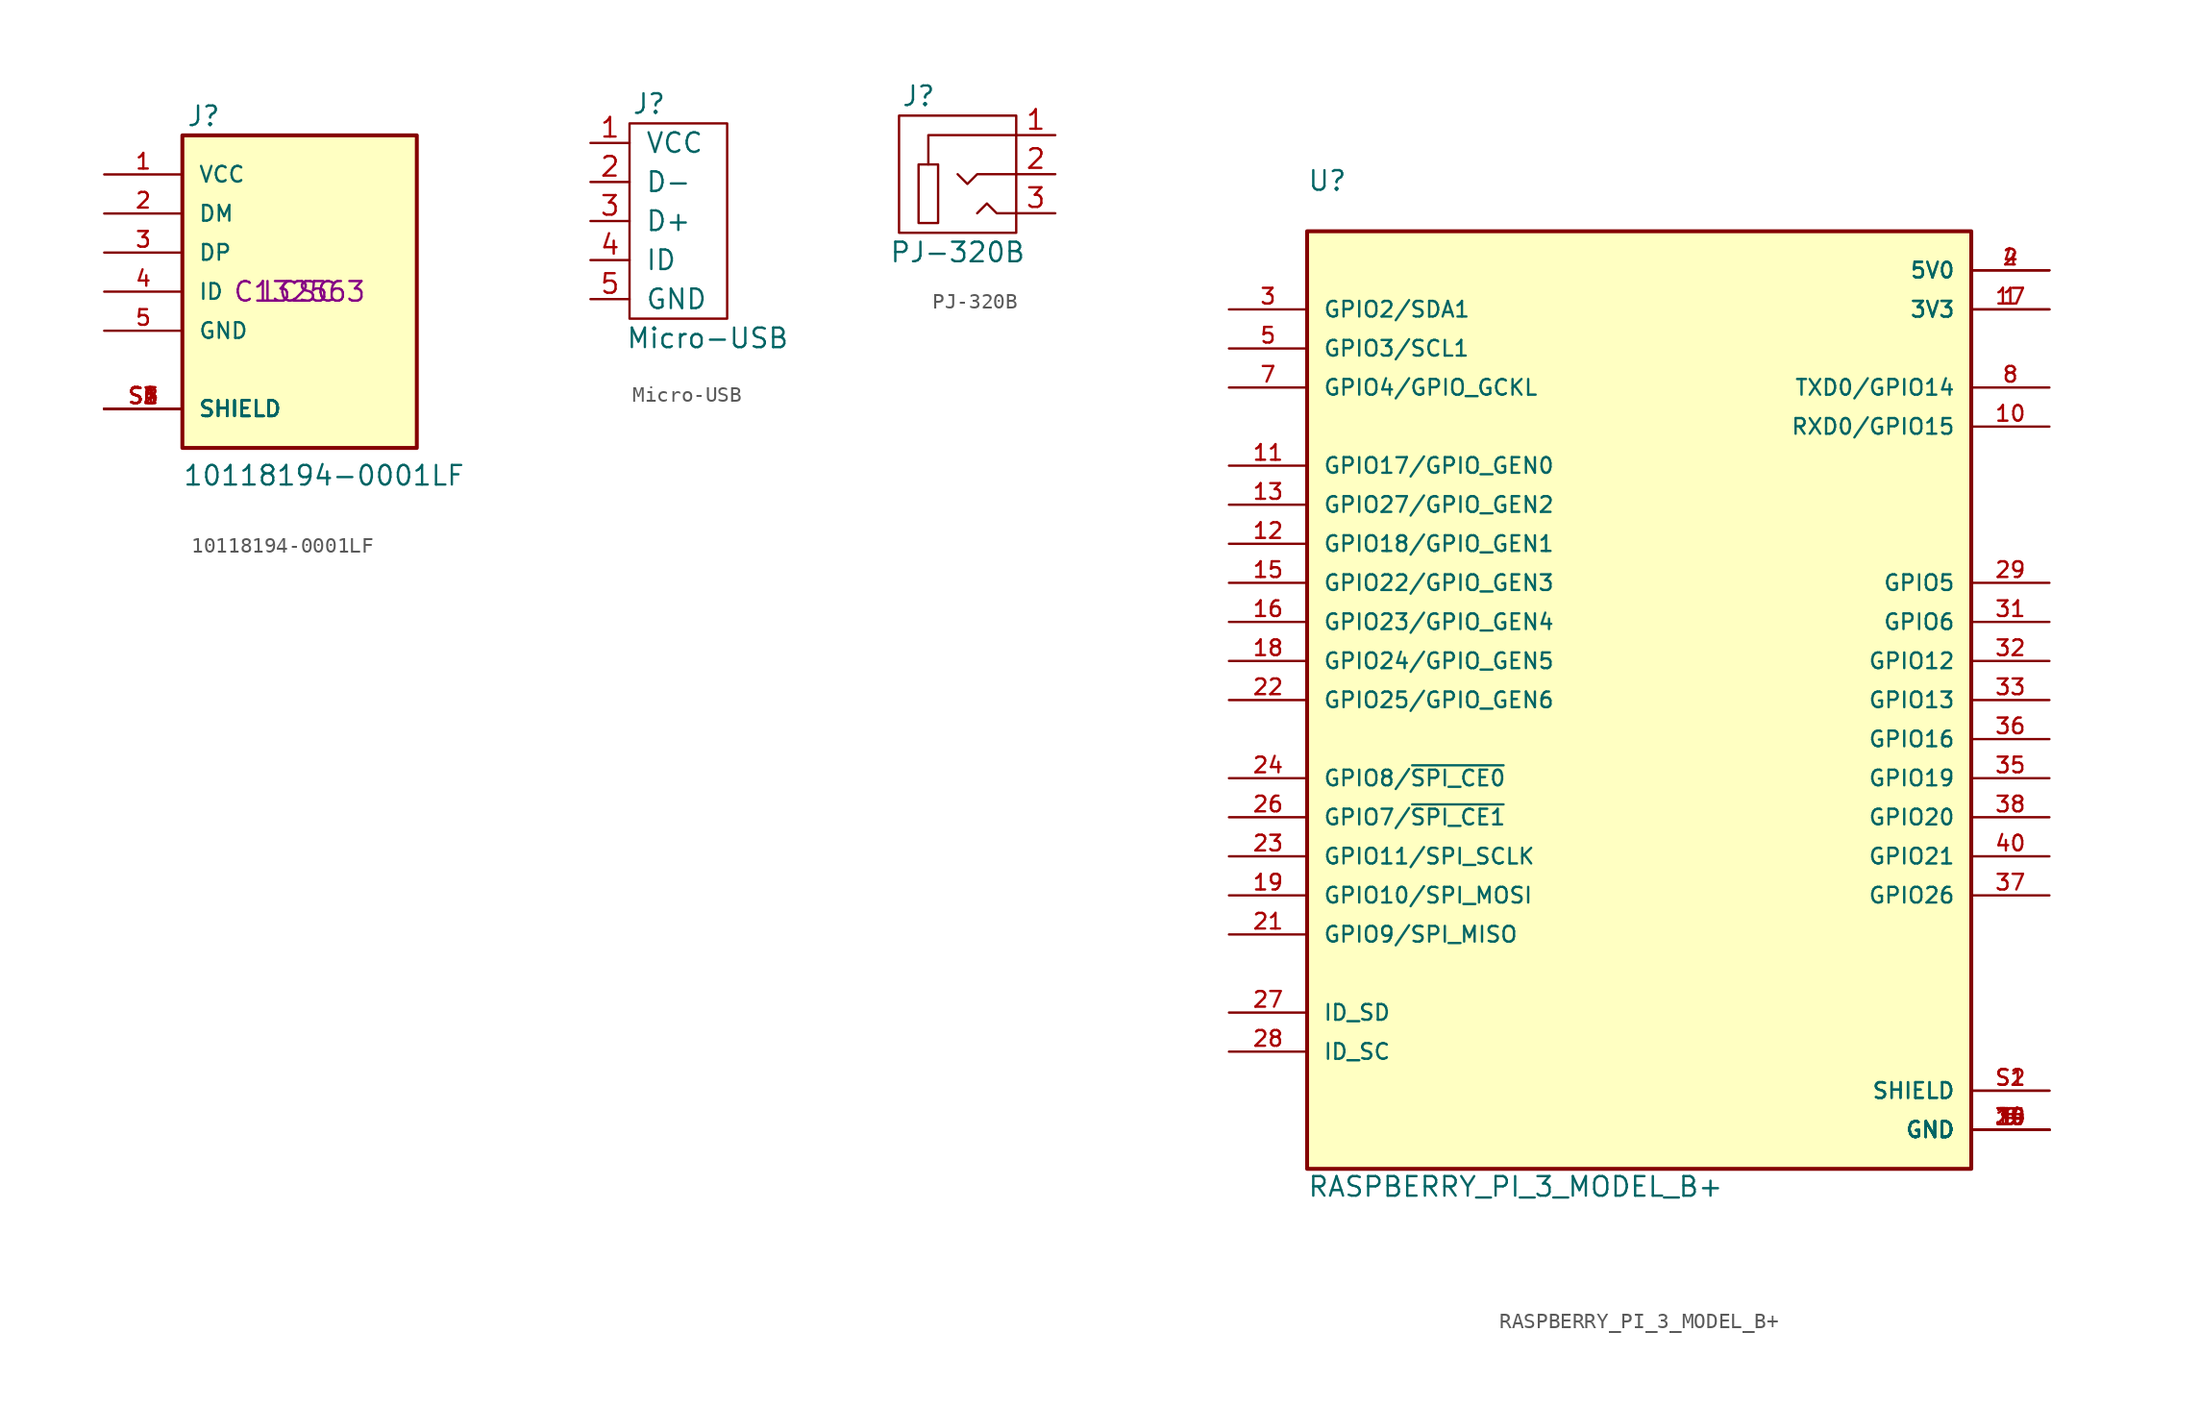
<source format=kicad_sym>
(kicad_symbol_lib
  (version 20211014)
  (generator kicad_symbol_editor)
  (symbol "10118194-0001LF"
    (pin_names
      (offset 1.016))
    (property "Reference" "J"
      (at -7.366 10.668 0)
      (effects (font (size 1.27 1.27)) (justify left bottom)))
    (property "Value" "10118194-0001LF"
      (at -7.62 -12.7 0)
      (effects (font (size 1.27 1.27)) (justify left bottom)))
    (property "Vendor" "LCSC"
      (at 0 0 0)
      (effects (font (size 1.27 1.27))))
    (property "Vendor#" "C132563"
      (at 0 0 0)
      (effects (font (size 1.27 1.27))))
    (symbol "10118194-0001LF_0_0"
      (rectangle (start -7.62 -10.16) (end 7.62 10.16) (stroke (width 0.254) (type default) (color 0 0 0 0)) (fill (type background)))
      (pin passive line (at -12.7 7.62 0) (length 5.08) (name "VCC" (effects (font (size 1.016 1.016)))) (number "1" (effects (font (size 1.016 1.016)))))
      (pin passive line (at -12.7 5.08 0) (length 5.08) (name "DM" (effects (font (size 1.016 1.016)))) (number "2" (effects (font (size 1.016 1.016)))))
      (pin passive line (at -12.7 2.54 0) (length 5.08) (name "DP" (effects (font (size 1.016 1.016)))) (number "3" (effects (font (size 1.016 1.016)))))
      (pin passive line (at -12.7 0 0) (length 5.08) (name "ID" (effects (font (size 1.016 1.016)))) (number "4" (effects (font (size 1.016 1.016)))))
      (pin passive line (at -12.7 -2.54 0) (length 5.08) (name "GND" (effects (font (size 1.016 1.016)))) (number "5" (effects (font (size 1.016 1.016)))))
      (pin passive line (at -12.7 -7.62 0) (length 5.08) (name "SHIELD" (effects (font (size 1.016 1.016)))) (number "S1" (effects (font (size 1.016 1.016)))))
      (pin passive line (at -12.7 -7.62 0) (length 5.08) (name "SHIELD" (effects (font (size 1.016 1.016)))) (number "S2" (effects (font (size 1.016 1.016)))))
      (pin passive line (at -12.7 -7.62 0) (length 5.08) (name "SHIELD" (effects (font (size 1.016 1.016)))) (number "S3" (effects (font (size 1.016 1.016)))))
      (pin passive line (at -12.7 -7.62 0) (length 5.08) (name "SHIELD" (effects (font (size 1.016 1.016)))) (number "S4" (effects (font (size 1.016 1.016)))))
      (pin passive line (at -12.7 -7.62 0) (length 5.08) (name "SHIELD" (effects (font (size 1.016 1.016)))) (number "S5" (effects (font (size 1.016 1.016)))))
      (pin passive line (at -12.7 -7.62 0) (length 5.08) (name "SHIELD" (effects (font (size 1.016 1.016)))) (number "S6" (effects (font (size 1.016 1.016)))))))
  (symbol "Micro-USB"
    (pin_names
      (offset 1.016))
    (property "Reference" "J"
      (at 0 6.35 0)
      (effects (font (size 1.27 1.27))))
    (property "Value" "Micro-USB"
      (at 3.81 -8.89 0)
      (effects (font (size 1.27 1.27))))
    (symbol "Micro-USB_0_1"
      (rectangle (start -1.27 5.08) (end 5.08 -7.62) (stroke (width 0) (type default) (color 0 0 0 0)) (fill (type none))))
    (symbol "Micro-USB_1_1"
      (pin passive line (at -3.81 3.81 0) (length 2.54) (name "VCC" (effects (font (size 1.27 1.27)))) (number "1" (effects (font (size 1.27 1.27)))))
      (pin passive line (at -3.81 1.27 0) (length 2.54) (name "D-" (effects (font (size 1.27 1.27)))) (number "2" (effects (font (size 1.27 1.27)))))
      (pin passive line (at -3.81 -1.27 0) (length 2.54) (name "D+" (effects (font (size 1.27 1.27)))) (number "3" (effects (font (size 1.27 1.27)))))
      (pin passive line (at -3.81 -3.81 0) (length 2.54) (name "ID" (effects (font (size 1.27 1.27)))) (number "4" (effects (font (size 1.27 1.27)))))
      (pin passive line (at -3.81 -6.35 0) (length 2.54) (name "GND" (effects (font (size 1.27 1.27)))) (number "5" (effects (font (size 1.27 1.27)))))))
  (symbol "PJ-320B"
    (pin_names
      (offset 1.016) hide)
    (property "Reference" "J"
      (at -3.81 5.08 0)
      (effects (font (size 1.27 1.27))))
    (property "Value" "PJ-320B"
      (at -1.27 -5.08 0)
      (effects (font (size 1.27 1.27))))
    (symbol "PJ-320B_0_1"
      (polyline (pts (xy -3.175 0.635) (xy -3.175 2.54) (xy 2.54 2.54)) (stroke (width 0) (type default) (color 0 0 0 0)) (fill (type none)))
      (polyline (pts (xy 2.54 -2.54) (xy 1.27 -2.54) (xy 0.635 -1.905) (xy 0 -2.54)) (stroke (width 0) (type default) (color 0 0 0 0)) (fill (type none)))
      (polyline (pts (xy 2.54 0) (xy 0 0) (xy -0.635 -0.635) (xy -1.27 0)) (stroke (width 0) (type default) (color 0 0 0 0)) (fill (type none)))
      (polyline (pts (xy -2.54 0.635) (xy -3.175 0.635) (xy -3.81 0.635) (xy -3.81 -3.175) (xy -2.54 -3.175) (xy -2.54 0.635)) (stroke (width 0) (type default) (color 0 0 0 0)) (fill (type none)))
      (rectangle (start 2.54 3.81) (end -5.08 -3.81) (stroke (width 0) (type default) (color 0 0 0 0)) (fill (type none))))
    (symbol "PJ-320B_1_1"
      (pin passive line (at 5.08 2.54 180) (length 2.54) (name "1" (effects (font (size 1.27 1.27)))) (number "1" (effects (font (size 1.27 1.27)))))
      (pin passive line (at 5.08 0 180) (length 2.54) (name "2" (effects (font (size 1.27 1.27)))) (number "2" (effects (font (size 1.27 1.27)))))
      (pin passive line (at 5.08 -2.54 180) (length 2.54) (name "3" (effects (font (size 1.27 1.27)))) (number "3" (effects (font (size 1.27 1.27)))))))
  (symbol "RASPBERRY_PI_3_MODEL_B+"
    (pin_names
      (offset 1.016))
    (property "Reference" "U"
      (at -22.86 27.94 0)
      (effects (font (size 1.27 1.27)) (justify left bottom)))
    (property "Value" "RASPBERRY_PI_3_MODEL_B+"
      (at -22.86 -37.465 0)
      (effects (font (size 1.27 1.27)) (justify left bottom)))
    (symbol "RASPBERRY_PI_3_MODEL_B+_0_0"
      (rectangle (start -22.86 -35.56) (end 20.32 25.4) (stroke (width 0.254) (type default) (color 0 0 0 0)) (fill (type background)))
      (pin power_in line (at 25.4 20.32 180) (length 5.08) (name "3V3" (effects (font (size 1.016 1.016)))) (number "1" (effects (font (size 1.016 1.016)))))
      (pin bidirectional line (at 25.4 12.7 180) (length 5.08) (name "RXD0/GPIO15" (effects (font (size 1.016 1.016)))) (number "10" (effects (font (size 1.016 1.016)))))
      (pin bidirectional line (at -27.94 10.16 0) (length 5.08) (name "GPIO17/GPIO_GEN0" (effects (font (size 1.016 1.016)))) (number "11" (effects (font (size 1.016 1.016)))))
      (pin bidirectional line (at -27.94 5.08 0) (length 5.08) (name "GPIO18/GPIO_GEN1" (effects (font (size 1.016 1.016)))) (number "12" (effects (font (size 1.016 1.016)))))
      (pin bidirectional line (at -27.94 7.62 0) (length 5.08) (name "GPIO27/GPIO_GEN2" (effects (font (size 1.016 1.016)))) (number "13" (effects (font (size 1.016 1.016)))))
      (pin power_in line (at 25.4 -33.02 180) (length 5.08) (name "GND" (effects (font (size 1.016 1.016)))) (number "14" (effects (font (size 1.016 1.016)))))
      (pin bidirectional line (at -27.94 2.54 0) (length 5.08) (name "GPIO22/GPIO_GEN3" (effects (font (size 1.016 1.016)))) (number "15" (effects (font (size 1.016 1.016)))))
      (pin bidirectional line (at -27.94 0 0) (length 5.08) (name "GPIO23/GPIO_GEN4" (effects (font (size 1.016 1.016)))) (number "16" (effects (font (size 1.016 1.016)))))
      (pin power_in line (at 25.4 20.32 180) (length 5.08) (name "3V3" (effects (font (size 1.016 1.016)))) (number "17" (effects (font (size 1.016 1.016)))))
      (pin bidirectional line (at -27.94 -2.54 0) (length 5.08) (name "GPIO24/GPIO_GEN5" (effects (font (size 1.016 1.016)))) (number "18" (effects (font (size 1.016 1.016)))))
      (pin bidirectional line (at -27.94 -17.78 0) (length 5.08) (name "GPIO10/SPI_MOSI" (effects (font (size 1.016 1.016)))) (number "19" (effects (font (size 1.016 1.016)))))
      (pin power_in line (at 25.4 22.86 180) (length 5.08) (name "5V0" (effects (font (size 1.016 1.016)))) (number "2" (effects (font (size 1.016 1.016)))))
      (pin power_in line (at 25.4 -33.02 180) (length 5.08) (name "GND" (effects (font (size 1.016 1.016)))) (number "20" (effects (font (size 1.016 1.016)))))
      (pin bidirectional line (at -27.94 -20.32 0) (length 5.08) (name "GPIO9/SPI_MISO" (effects (font (size 1.016 1.016)))) (number "21" (effects (font (size 1.016 1.016)))))
      (pin bidirectional line (at -27.94 -5.08 0) (length 5.08) (name "GPIO25/GPIO_GEN6" (effects (font (size 1.016 1.016)))) (number "22" (effects (font (size 1.016 1.016)))))
      (pin bidirectional line (at -27.94 -15.24 0) (length 5.08) (name "GPIO11/SPI_SCLK" (effects (font (size 1.016 1.016)))) (number "23" (effects (font (size 1.016 1.016)))))
      (pin bidirectional line (at -27.94 -10.16 0) (length 5.08) (name "GPIO8/~{SPI_CE0}" (effects (font (size 1.016 1.016)))) (number "24" (effects (font (size 1.016 1.016)))))
      (pin power_in line (at 25.4 -33.02 180) (length 5.08) (name "GND" (effects (font (size 1.016 1.016)))) (number "25" (effects (font (size 1.016 1.016)))))
      (pin bidirectional line (at -27.94 -12.7 0) (length 5.08) (name "GPIO7/~{SPI_CE1}" (effects (font (size 1.016 1.016)))) (number "26" (effects (font (size 1.016 1.016)))))
      (pin bidirectional line (at -27.94 -25.4 0) (length 5.08) (name "ID_SD" (effects (font (size 1.016 1.016)))) (number "27" (effects (font (size 1.016 1.016)))))
      (pin bidirectional line (at -27.94 -27.94 0) (length 5.08) (name "ID_SC" (effects (font (size 1.016 1.016)))) (number "28" (effects (font (size 1.016 1.016)))))
      (pin bidirectional line (at 25.4 2.54 180) (length 5.08) (name "GPIO5" (effects (font (size 1.016 1.016)))) (number "29" (effects (font (size 1.016 1.016)))))
      (pin bidirectional line (at -27.94 20.32 0) (length 5.08) (name "GPIO2/SDA1" (effects (font (size 1.016 1.016)))) (number "3" (effects (font (size 1.016 1.016)))))
      (pin power_in line (at 25.4 -33.02 180) (length 5.08) (name "GND" (effects (font (size 1.016 1.016)))) (number "30" (effects (font (size 1.016 1.016)))))
      (pin bidirectional line (at 25.4 0 180) (length 5.08) (name "GPIO6" (effects (font (size 1.016 1.016)))) (number "31" (effects (font (size 1.016 1.016)))))
      (pin bidirectional line (at 25.4 -2.54 180) (length 5.08) (name "GPIO12" (effects (font (size 1.016 1.016)))) (number "32" (effects (font (size 1.016 1.016)))))
      (pin bidirectional line (at 25.4 -5.08 180) (length 5.08) (name "GPIO13" (effects (font (size 1.016 1.016)))) (number "33" (effects (font (size 1.016 1.016)))))
      (pin power_in line (at 25.4 -33.02 180) (length 5.08) (name "GND" (effects (font (size 1.016 1.016)))) (number "34" (effects (font (size 1.016 1.016)))))
      (pin bidirectional line (at 25.4 -10.16 180) (length 5.08) (name "GPIO19" (effects (font (size 1.016 1.016)))) (number "35" (effects (font (size 1.016 1.016)))))
      (pin bidirectional line (at 25.4 -7.62 180) (length 5.08) (name "GPIO16" (effects (font (size 1.016 1.016)))) (number "36" (effects (font (size 1.016 1.016)))))
      (pin bidirectional line (at 25.4 -17.78 180) (length 5.08) (name "GPIO26" (effects (font (size 1.016 1.016)))) (number "37" (effects (font (size 1.016 1.016)))))
      (pin bidirectional line (at 25.4 -12.7 180) (length 5.08) (name "GPIO20" (effects (font (size 1.016 1.016)))) (number "38" (effects (font (size 1.016 1.016)))))
      (pin power_in line (at 25.4 -33.02 180) (length 5.08) (name "GND" (effects (font (size 1.016 1.016)))) (number "39" (effects (font (size 1.016 1.016)))))
      (pin power_in line (at 25.4 22.86 180) (length 5.08) (name "5V0" (effects (font (size 1.016 1.016)))) (number "4" (effects (font (size 1.016 1.016)))))
      (pin bidirectional line (at 25.4 -15.24 180) (length 5.08) (name "GPIO21" (effects (font (size 1.016 1.016)))) (number "40" (effects (font (size 1.016 1.016)))))
      (pin bidirectional line (at -27.94 17.78 0) (length 5.08) (name "GPIO3/SCL1" (effects (font (size 1.016 1.016)))) (number "5" (effects (font (size 1.016 1.016)))))
      (pin power_in line (at 25.4 -33.02 180) (length 5.08) (name "GND" (effects (font (size 1.016 1.016)))) (number "6" (effects (font (size 1.016 1.016)))))
      (pin bidirectional line (at -27.94 15.24 0) (length 5.08) (name "GPIO4/GPIO_GCKL" (effects (font (size 1.016 1.016)))) (number "7" (effects (font (size 1.016 1.016)))))
      (pin bidirectional line (at 25.4 15.24 180) (length 5.08) (name "TXD0/GPIO14" (effects (font (size 1.016 1.016)))) (number "8" (effects (font (size 1.016 1.016)))))
      (pin power_in line (at 25.4 -33.02 180) (length 5.08) (name "GND" (effects (font (size 1.016 1.016)))) (number "9" (effects (font (size 1.016 1.016)))))
      (pin power_in line (at 25.4 -30.48 180) (length 5.08) (name "SHIELD" (effects (font (size 1.016 1.016)))) (number "S1" (effects (font (size 1.016 1.016)))))
      (pin power_in line (at 25.4 -30.48 180) (length 5.08) (name "SHIELD" (effects (font (size 1.016 1.016)))) (number "S2" (effects (font (size 1.016 1.016))))))))
</source>
